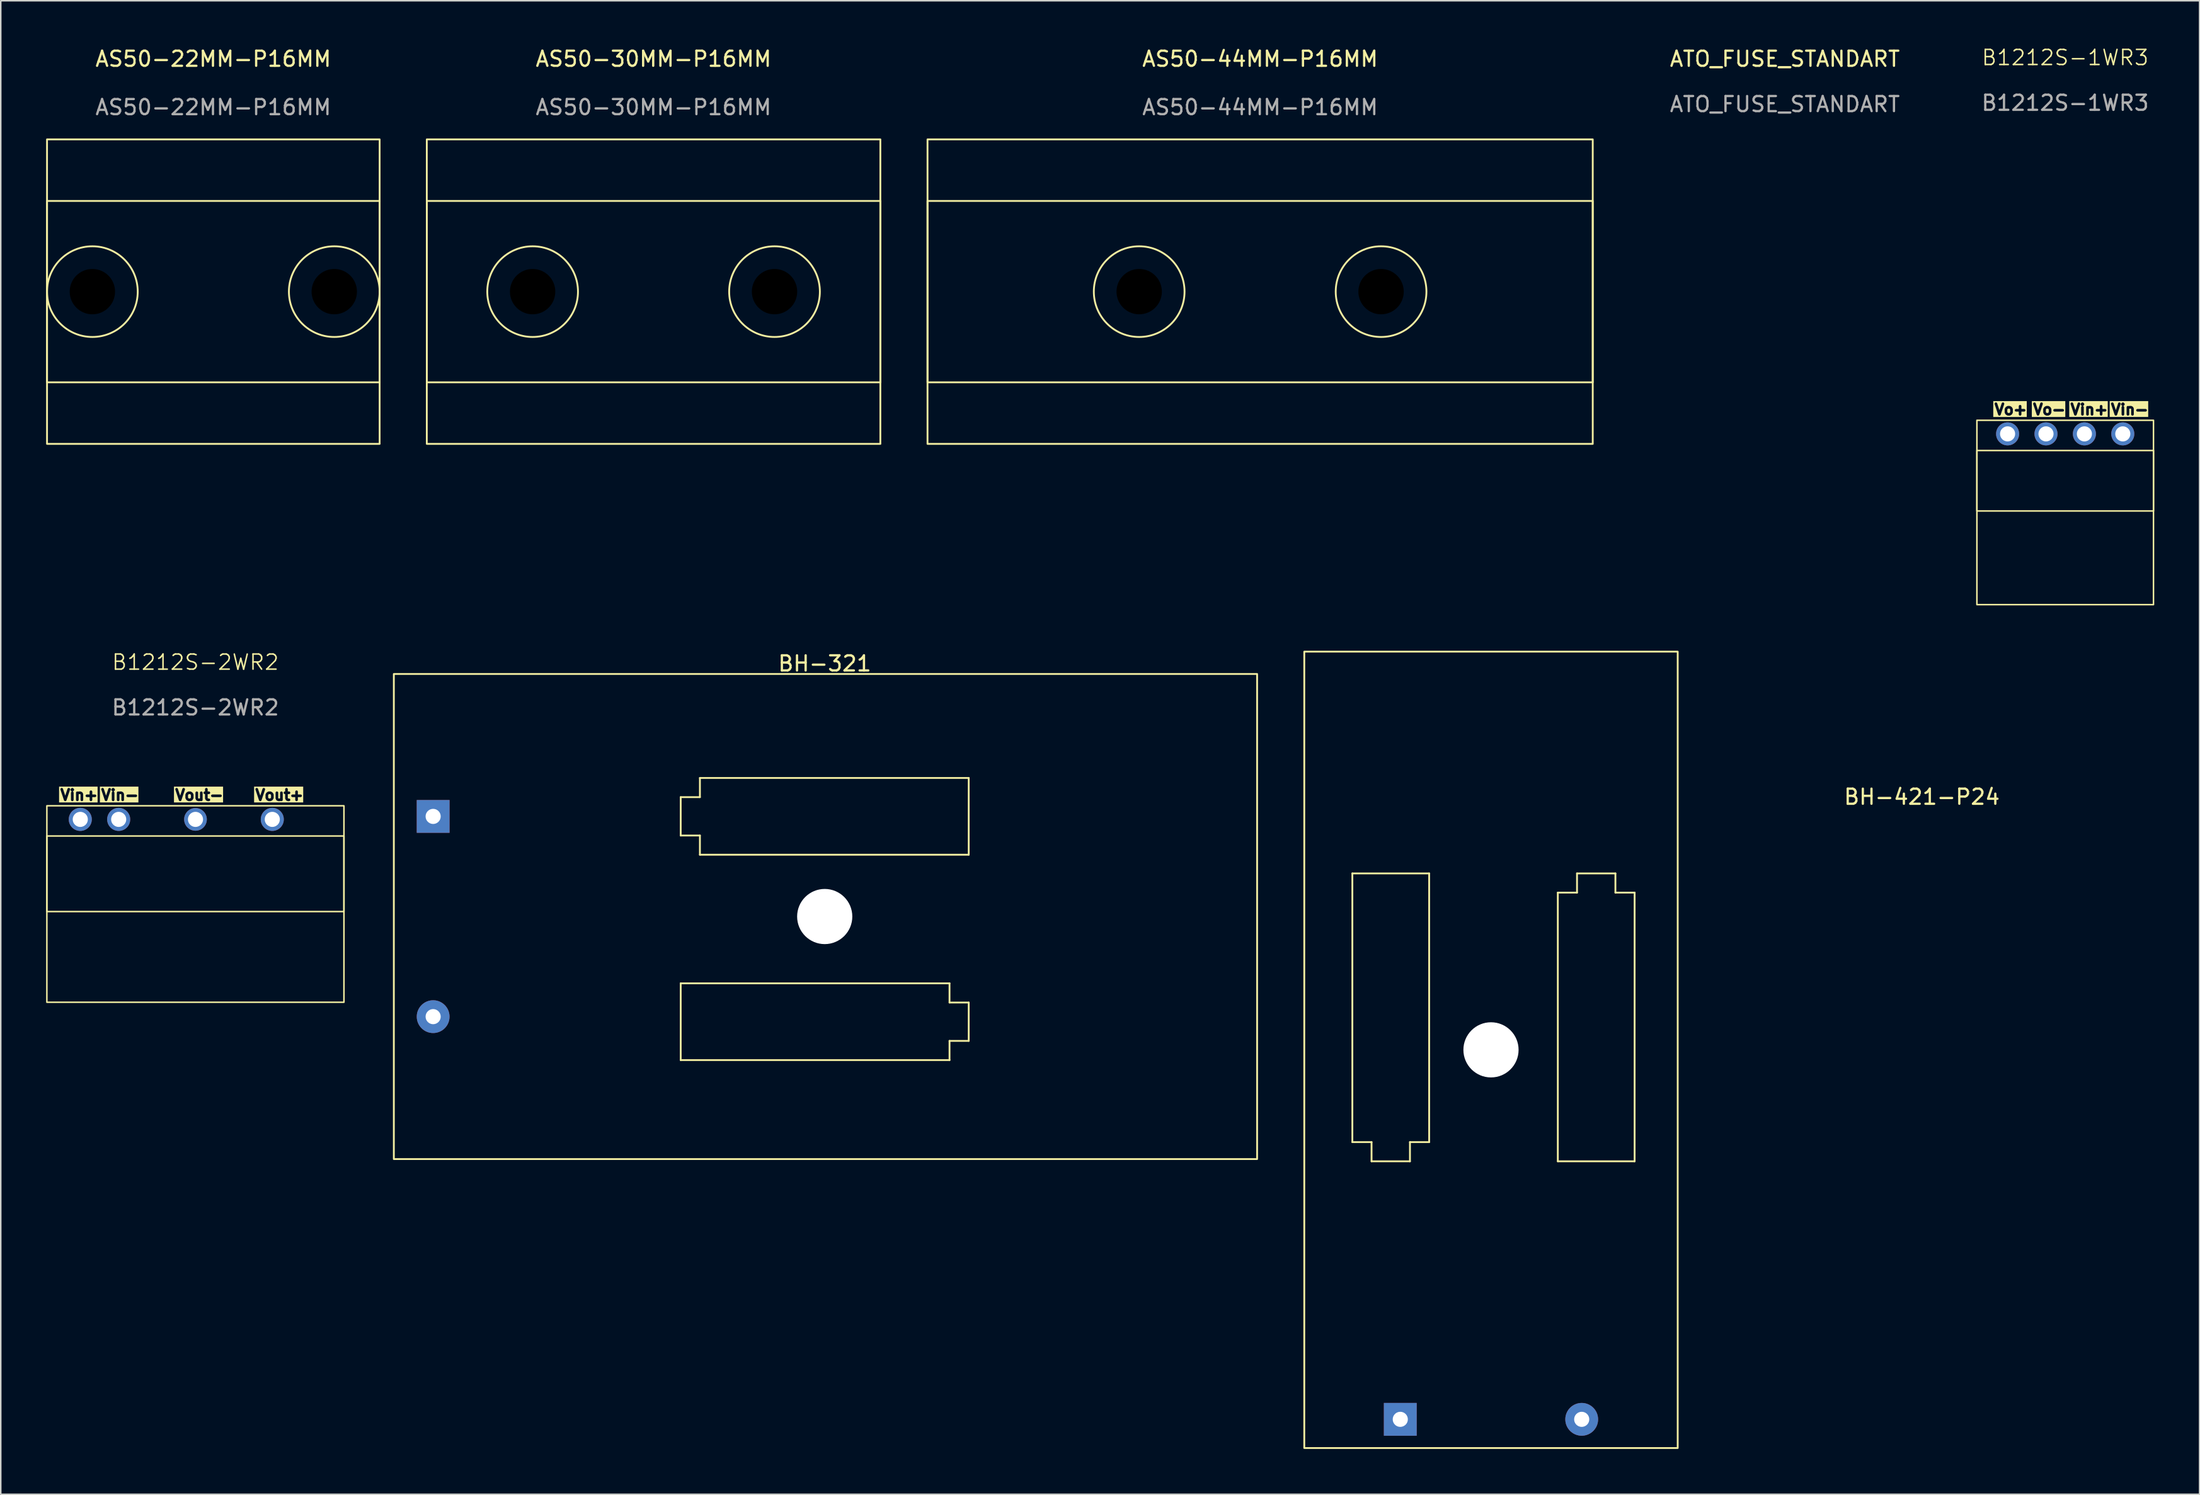
<source format=kicad_pcb>
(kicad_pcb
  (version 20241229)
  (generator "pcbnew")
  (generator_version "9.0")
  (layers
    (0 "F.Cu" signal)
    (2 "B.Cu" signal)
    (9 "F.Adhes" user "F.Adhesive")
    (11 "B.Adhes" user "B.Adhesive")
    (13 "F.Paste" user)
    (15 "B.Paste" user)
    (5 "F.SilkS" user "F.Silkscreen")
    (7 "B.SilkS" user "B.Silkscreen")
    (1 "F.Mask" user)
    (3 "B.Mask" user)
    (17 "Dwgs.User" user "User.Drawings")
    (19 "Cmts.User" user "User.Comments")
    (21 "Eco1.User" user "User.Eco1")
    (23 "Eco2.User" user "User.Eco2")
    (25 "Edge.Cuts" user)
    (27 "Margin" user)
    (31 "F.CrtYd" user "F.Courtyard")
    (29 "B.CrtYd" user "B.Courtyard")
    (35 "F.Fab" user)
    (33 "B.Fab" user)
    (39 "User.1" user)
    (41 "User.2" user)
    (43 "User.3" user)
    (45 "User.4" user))
  (footprint "BH-321"
    (layer "F.Cu")
    (at 23 57.599)
    (property "Reference" "BH-321" (at 28.5 -16.74 0) (layer "F.SilkS") (effects (font (size 1 1) (thickness 0.15))))
    (attr through_hole)
    (fp_line (start 18.975 -7.9) (end 20.245 -7.9) (stroke (width 0.12) (type solid)) (layer "F.SilkS"))
    (fp_line (start 18.975 -5.36) (end 18.975 -7.9) (stroke (width 0.12) (type solid)) (layer "F.SilkS"))
    (fp_line (start 18.975 4.42) (end 18.975 9.5) (stroke (width 0.12) (type solid)) (layer "F.SilkS"))
    (fp_line (start 18.975 9.5) (end 36.755 9.5) (stroke (width 0.12) (type solid)) (layer "F.SilkS"))
    (fp_line (start 20.245 -9.17) (end 38.025 -9.17) (stroke (width 0.12) (type solid)) (layer "F.SilkS"))
    (fp_line (start 20.245 -7.9) (end 20.245 -9.17) (stroke (width 0.12) (type solid)) (layer "F.SilkS"))
    (fp_line (start 20.245 -5.36) (end 18.975 -5.36) (stroke (width 0.12) (type solid)) (layer "F.SilkS"))
    (fp_line (start 20.245 -4.09) (end 20.245 -5.36) (stroke (width 0.12) (type solid)) (layer "F.SilkS"))
    (fp_line (start 36.755 4.42) (end 18.975 4.42) (stroke (width 0.12) (type solid)) (layer "F.SilkS"))
    (fp_line (start 36.755 5.69) (end 36.755 4.42) (stroke (width 0.12) (type solid)) (layer "F.SilkS"))
    (fp_line (start 36.755 8.23) (end 38.025 8.23) (stroke (width 0.12) (type solid)) (layer "F.SilkS"))
    (fp_line (start 36.755 9.5) (end 36.755 8.23) (stroke (width 0.12) (type solid)) (layer "F.SilkS"))
    (fp_line (start 38.025 -9.17) (end 38.025 -4.09) (stroke (width 0.12) (type solid)) (layer "F.SilkS"))
    (fp_line (start 38.025 -4.09) (end 20.245 -4.09) (stroke (width 0.12) (type solid)) (layer "F.SilkS"))
    (fp_line (start 38.025 5.69) (end 36.755 5.69) (stroke (width 0.12) (type solid)) (layer "F.SilkS"))
    (fp_line (start 38.025 8.23) (end 38.025 5.69) (stroke (width 0.12) (type solid)) (layer "F.SilkS"))
    (fp_rect (start 0 -16.05) (end 57.1 16.05) (stroke (width 0.12) (type default)) (fill no) (layer "F.SilkS"))
    (pad "" np_thru_hole circle (at 28.5 0) (size 3.65 3.65) (drill 3.65) (layers "*.Cu" "*.Mask"))
    (pad "1" thru_hole rect (at 2.6 -6.625) (size 2.17 2.17) (drill 1) (layers "*.Cu" "*.Mask"))
    (pad "2" thru_hole circle (at 2.6 6.625) (size 2.17 2.17) (drill 1) (layers "*.Cu" "*.Mask")))
  (footprint "ATO_FUSE_STANDART"
    (layer "F.Cu")
    (at 115.01 15.848)
    (property "Reference" "ATO_FUSE_STANDART" (at 0 -15 0) (unlocked yes) (layer "F.SilkS") (effects (font (size 1 1) (thickness 0.15))))
    (attr through_hole)
    (fp_rect (start -9.55 -2.55) (end 9.55 2.55) (stroke (width 0.2) (type default)) (fill no) (layer "User.1"))
    (fp_rect (start -7.1 -0.35) (end -2 0.35) (stroke (width 0.2) (type default)) (fill no) (layer "User.1"))
    (fp_rect (start 2 -0.35) (end 7.1 0.35) (stroke (width 0.2) (type default)) (fill no) (layer "User.1"))
    (fp_text user "${REFERENCE}" (at 0 -12 0) (unlocked yes) (layer "F.Fab") (effects (font (size 1 1) (thickness 0.15)))))
  (footprint "B1212S-1WR3"
    (layer "F.Cu")
    (at 133.55 24.761)
    (property "Reference" "B1212S-1WR3" (at 0 -24 0) (unlocked yes) (layer "F.SilkS") (effects (font (size 1 1) (thickness 0.1))))
    (attr through_hole)
    (fp_rect (start -5.84 6) (end 5.84 0) (stroke (width 0.1) (type default)) (fill no) (layer "F.SilkS"))
    (fp_rect (start -5.84 12.2) (end 5.84 2) (stroke (width 0.1) (type default)) (fill no) (layer "F.SilkS"))
    (fp_text user "Vo-" (at -2.215 -0.3 0) (unlocked yes) (layer "F.SilkS" knockout) (effects (font (size 0.7 0.7) (thickness 0.175) (bold yes)) (justify left bottom)))
    (fp_text user "Vin-" (at 2.935 -0.3 0) (unlocked yes) (layer "F.SilkS" knockout) (effects (font (size 0.7 0.7) (thickness 0.175) (bold yes)) (justify left bottom)))
    (fp_text user "Vo+" (at -4.765 -0.3 0) (unlocked yes) (layer "F.SilkS" knockout) (effects (font (size 0.7 0.7) (thickness 0.175) (bold yes)) (justify left bottom)))
    (fp_text user "Vin+" (at 0.26 -0.3 0) (unlocked yes) (layer "F.SilkS" knockout) (effects (font (size 0.7 0.7) (thickness 0.175) (bold yes)) (justify left bottom)))
    (fp_text user "${REFERENCE}" (at 0 -21 0) (unlocked yes) (layer "F.Fab") (effects (font (size 1 1) (thickness 0.15))))
    (pad "1" thru_hole circle (at 3.81 0.9) (size 1.524 1.524) (drill 1) (layers "*.Cu" "*.Mask"))
    (pad "2" thru_hole circle (at 1.27 0.9) (size 1.524 1.524) (drill 1) (layers "*.Cu" "*.Mask"))
    (pad "3" thru_hole circle (at -1.27 0.9) (size 1.524 1.524) (drill 1) (layers "*.Cu" "*.Mask"))
    (pad "4" thru_hole circle (at -3.81 0.9) (size 1.524 1.524) (drill 1) (layers "*.Cu" "*.Mask")))
  (footprint "AS50-22MM-P16MM"
    (layer "F.Cu")
    (at 11.06 16.248)
    (property "Reference" "AS50-22MM-P16MM" (at 0 -15.4 0) (unlocked yes) (layer "F.SilkS") (effects (font (size 1 1) (thickness 0.15))))
    (attr through_hole)
    (fp_rect (start -11 -10.075) (end 11 10.075) (stroke (width 0.12) (type default)) (fill no) (layer "F.SilkS"))
    (fp_rect (start -11 -6) (end 11 6) (stroke (width 0.12) (type default)) (fill no) (layer "F.SilkS"))
    (fp_circle (center -8 0) (end -5 0) (stroke (width 0.12) (type default)) (fill no) (layer "F.SilkS"))
    (fp_circle (center 8 0) (end 11 0) (stroke (width 0.12) (type default)) (fill no) (layer "F.SilkS"))
    (fp_text user "${REFERENCE}" (at 0 -12.2 0) (unlocked yes) (layer "F.Fab") (effects (font (size 1 1) (thickness 0.15))))
    (pad "" np_thru_hole circle (at -8 0) (size 3.2 3.2) (drill 3) (layers "*.Mask"))
    (pad "" np_thru_hole circle (at 8 0) (size 3.2 3.2) (drill 3) (layers "*.Mask")))
  (footprint "B1212S-2WR2"
    (layer "F.Cu")
    (at 9.875 57.271)
    (property "Reference" "B1212S-2WR2" (at 0 -16.5 0) (unlocked yes) (layer "F.SilkS") (effects (font (size 1 1) (thickness 0.1))))
    (attr through_hole)
    (fp_rect (start -9.825 0) (end 9.825 -7) (stroke (width 0.1) (type default)) (fill no) (layer "F.SilkS"))
    (fp_rect (start -9.825 6) (end 9.825 -5) (stroke (width 0.1) (type default)) (fill no) (layer "F.SilkS"))
    (fp_text user "Vout-" (at -1.425 -7.3 0) (unlocked yes) (layer "F.SilkS" knockout) (effects (font (size 0.7 0.7) (thickness 0.175) (bold yes)) (justify left bottom)))
    (fp_text user "Vin-" (at -6.325 -7.3 0) (unlocked yes) (layer "F.SilkS" knockout) (effects (font (size 0.7 0.7) (thickness 0.175) (bold yes)) (justify left bottom)))
    (fp_text user "Vout+" (at 3.875 -7.3 0) (unlocked yes) (layer "F.SilkS" knockout) (effects (font (size 0.7 0.7) (thickness 0.175) (bold yes)) (justify left bottom)))
    (fp_text user "Vin+" (at -9.025 -7.3 0) (unlocked yes) (layer "F.SilkS" knockout) (effects (font (size 0.7 0.7) (thickness 0.175) (bold yes)) (justify left bottom)))
    (fp_text user "${REFERENCE}" (at 0 -13.5 0) (unlocked yes) (layer "F.Fab") (effects (font (size 1 1) (thickness 0.15))))
    (pad "1" thru_hole circle (at -7.615 -6.1) (size 1.524 1.524) (drill 1) (layers "*.Cu" "*.Mask"))
    (pad "2" thru_hole circle (at -5.075 -6.1) (size 1.524 1.524) (drill 1) (layers "*.Cu" "*.Mask"))
    (pad "3" thru_hole circle (at 0.005 -6.1) (size 1.5 1.5) (drill 1) (layers "*.Cu" "*.Mask"))
    (pad "4" thru_hole circle (at 5.085 -6.1) (size 1.524 1.524) (drill 1) (layers "*.Cu" "*.Mask")))
  (footprint "AS50-44MM-P16MM"
    (layer "F.Cu")
    (at 80.3 16.248)
    (property "Reference" "AS50-44MM-P16MM" (at 0 -15.4 0) (unlocked yes) (layer "F.SilkS") (effects (font (size 1 1) (thickness 0.15))))
    (attr through_hole)
    (fp_rect (start -22 -10.075) (end 22 10.075) (stroke (width 0.12) (type default)) (fill no) (layer "F.SilkS"))
    (fp_rect (start -22 -6) (end 22 6) (stroke (width 0.12) (type default)) (fill no) (layer "F.SilkS"))
    (fp_circle (center -8 0) (end -5 0) (stroke (width 0.12) (type default)) (fill no) (layer "F.SilkS"))
    (fp_circle (center 8 0) (end 11 0) (stroke (width 0.12) (type default)) (fill no) (layer "F.SilkS"))
    (fp_text user "${REFERENCE}" (at 0 -12.2 0) (unlocked yes) (layer "F.Fab") (effects (font (size 1 1) (thickness 0.15))))
    (pad "" np_thru_hole circle (at -8 0) (size 3.2 3.2) (drill 3) (layers "*.Mask"))
    (pad "" np_thru_hole circle (at 8 0) (size 3.2 3.2) (drill 3) (layers "*.Mask")))
  (footprint "AS50-30MM-P16MM"
    (layer "F.Cu")
    (at 40.18 16.248)
    (property "Reference" "AS50-30MM-P16MM" (at 0 -15.4 0) (unlocked yes) (layer "F.SilkS") (effects (font (size 1 1) (thickness 0.15))))
    (attr through_hole)
    (fp_rect (start -15 -10.075) (end 15 10.075) (stroke (width 0.12) (type default)) (fill no) (layer "F.SilkS"))
    (fp_rect (start -15 -6) (end 15 6) (stroke (width 0.12) (type default)) (fill no) (layer "F.SilkS"))
    (fp_circle (center -8 0) (end -5 0) (stroke (width 0.12) (type default)) (fill no) (layer "F.SilkS"))
    (fp_circle (center 8 0) (end 11 0) (stroke (width 0.12) (type default)) (fill no) (layer "F.SilkS"))
    (fp_text user "${REFERENCE}" (at 0 -12.2 0) (unlocked yes) (layer "F.Fab") (effects (font (size 1 1) (thickness 0.15))))
    (pad "" np_thru_hole circle (at -8 0) (size 3.2 3.2) (drill 3) (layers "*.Mask"))
    (pad "" np_thru_hole circle (at 8 0) (size 3.2 3.2) (drill 3) (layers "*.Mask")))
  (footprint "BH-421-P24"
    (layer "F.Cu")
    (at 95.57 66.421)
    (property "Reference" "BH-421-P24" (at 28.5 -16.74 0) (layer "F.SilkS") (effects (font (size 1 1) (thickness 0.15))))
    (attr through_hole)
    (fp_line (start -9.17 -11.675) (end -4.09 -11.675) (stroke (width 0.12) (type solid)) (layer "F.SilkS"))
    (fp_line (start -9.17 6.105) (end -9.17 -11.675) (stroke (width 0.12) (type solid)) (layer "F.SilkS"))
    (fp_line (start -7.9 6.105) (end -9.17 6.105) (stroke (width 0.12) (type solid)) (layer "F.SilkS"))
    (fp_line (start -7.9 7.375) (end -7.9 6.105) (stroke (width 0.12) (type solid)) (layer "F.SilkS"))
    (fp_line (start -5.36 6.105) (end -5.36 7.375) (stroke (width 0.12) (type solid)) (layer "F.SilkS"))
    (fp_line (start -5.36 7.375) (end -7.9 7.375) (stroke (width 0.12) (type solid)) (layer "F.SilkS"))
    (fp_line (start -4.09 -11.675) (end -4.09 6.105) (stroke (width 0.12) (type solid)) (layer "F.SilkS"))
    (fp_line (start -4.09 6.105) (end -5.36 6.105) (stroke (width 0.12) (type solid)) (layer "F.SilkS"))
    (fp_line (start 4.42 -10.405) (end 4.42 7.375) (stroke (width 0.12) (type solid)) (layer "F.SilkS"))
    (fp_line (start 4.42 7.375) (end 9.5 7.375) (stroke (width 0.12) (type solid)) (layer "F.SilkS"))
    (fp_line (start 5.69 -11.675) (end 5.69 -10.405) (stroke (width 0.12) (type solid)) (layer "F.SilkS"))
    (fp_line (start 5.69 -10.405) (end 4.42 -10.405) (stroke (width 0.12) (type solid)) (layer "F.SilkS"))
    (fp_line (start 8.23 -11.675) (end 5.69 -11.675) (stroke (width 0.12) (type solid)) (layer "F.SilkS"))
    (fp_line (start 8.23 -10.405) (end 8.23 -11.675) (stroke (width 0.12) (type solid)) (layer "F.SilkS"))
    (fp_line (start 9.5 -10.405) (end 8.23 -10.405) (stroke (width 0.12) (type solid)) (layer "F.SilkS"))
    (fp_line (start 9.5 7.375) (end 9.5 -10.405) (stroke (width 0.12) (type solid)) (layer "F.SilkS"))
    (fp_rect (start -12.35 -26.35) (end 12.35 26.35) (stroke (width 0.12) (type solid)) (fill no) (layer "F.SilkS"))
    (pad "" np_thru_hole circle (at 0 0 90) (size 3.65 3.65) (drill 3.65) (layers "*.Cu" "*.Mask"))
    (pad "1" thru_hole rect (at -6 24.45 90) (size 2.17 2.17) (drill 1) (layers "*.Cu" "*.Mask"))
    (pad "2" thru_hole circle (at 6 24.45 90) (size 2.17 2.17) (drill 1) (layers "*.Cu" "*.Mask")))
  (gr_rect
    (start -3 -3)
    (end 142.44 95.831)
    (stroke (width 0.1) (type default))
    (fill no)
    (layer "Edge.Cuts")))
</source>
